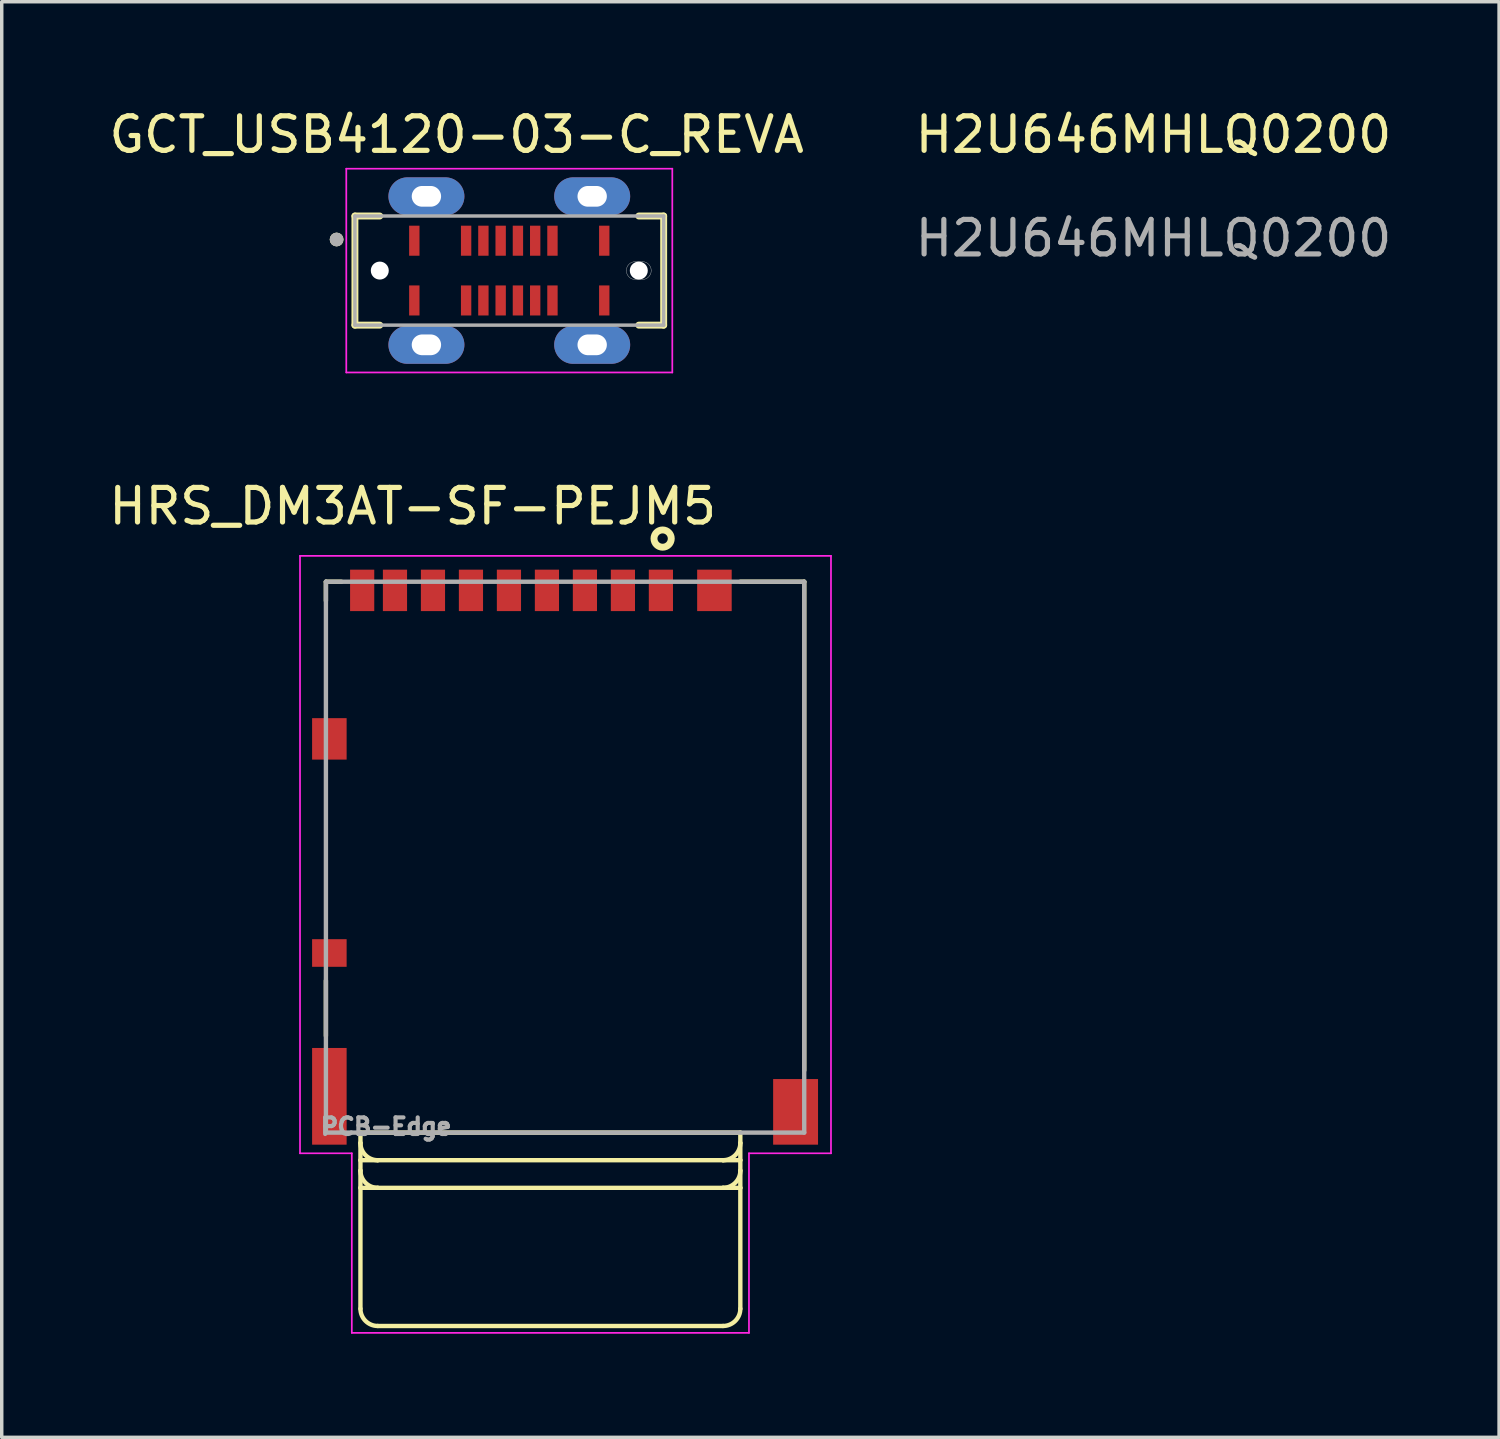
<source format=kicad_pcb>
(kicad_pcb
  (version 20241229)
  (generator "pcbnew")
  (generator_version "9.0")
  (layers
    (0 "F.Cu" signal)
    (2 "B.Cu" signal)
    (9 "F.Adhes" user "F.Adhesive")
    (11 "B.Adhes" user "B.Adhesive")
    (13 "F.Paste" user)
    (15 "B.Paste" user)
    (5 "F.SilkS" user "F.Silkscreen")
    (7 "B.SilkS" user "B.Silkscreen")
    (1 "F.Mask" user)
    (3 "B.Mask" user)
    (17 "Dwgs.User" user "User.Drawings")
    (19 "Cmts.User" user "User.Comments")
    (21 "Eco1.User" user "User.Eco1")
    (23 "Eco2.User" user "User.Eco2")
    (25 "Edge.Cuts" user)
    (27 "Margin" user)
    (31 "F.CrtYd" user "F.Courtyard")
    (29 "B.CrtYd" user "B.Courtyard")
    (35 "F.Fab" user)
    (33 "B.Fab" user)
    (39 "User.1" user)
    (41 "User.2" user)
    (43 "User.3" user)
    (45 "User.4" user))
  (footprint "HRS_DM3AT-SF-PEJM5"
    (layer "F.Cu")
    (at 12.887 14.045)
    (property "Reference" "HRS_DM3AT-SF-PEJM5" (at -3.987 -2.436 0) (layer "F.SilkS") (effects (font (size 1.002 1.002) (thickness 0.15))))
    (attr through_hole)
    (fp_line (start -6.5 -0.25) (end -6.5 0.3) (stroke (width 0.127) (type solid)) (layer "F.SilkS"))
    (fp_line (start -6.5 12.9) (end -6.5 11.3) (stroke (width 0.127) (type solid)) (layer "F.SilkS"))
    (fp_line (start -6.05 -0.25) (end -6.5 -0.25) (stroke (width 0.127) (type solid)) (layer "F.SilkS"))
    (fp_line (start -5.5 15.7) (end -5.5 16) (stroke (width 0.127) (type solid)) (layer "F.SilkS"))
    (fp_line (start -5.5 15.7) (end 5.5 15.7) (stroke (width 0.127) (type solid)) (layer "F.SilkS"))
    (fp_line (start -5.5 16.5) (end -5.5 16) (stroke (width 0.127) (type solid)) (layer "F.SilkS"))
    (fp_line (start -5.5 16.5) (end -5.5 16.8) (stroke (width 0.127) (type solid)) (layer "F.SilkS"))
    (fp_line (start -5.5 17.3) (end -5.5 16.8) (stroke (width 0.127) (type solid)) (layer "F.SilkS"))
    (fp_line (start -5.5 17.3) (end -5.5 20.8) (stroke (width 0.127) (type solid)) (layer "F.SilkS"))
    (fp_line (start -5 16.5) (end -5.5 16.5) (stroke (width 0.127) (type solid)) (layer "F.SilkS"))
    (fp_line (start -5 17.3) (end -5.5 17.3) (stroke (width 0.127) (type solid)) (layer "F.SilkS"))
    (fp_line (start 5 16.5) (end -5 16.5) (stroke (width 0.127) (type solid)) (layer "F.SilkS"))
    (fp_line (start 5 17.3) (end -5 17.3) (stroke (width 0.127) (type solid)) (layer "F.SilkS"))
    (fp_line (start 5 21.3) (end -5 21.3) (stroke (width 0.127) (type solid)) (layer "F.SilkS"))
    (fp_line (start 5.5 -0.25) (end 7.35 -0.25) (stroke (width 0.127) (type solid)) (layer "F.SilkS"))
    (fp_line (start 5.5 15.7) (end 5.5 16) (stroke (width 0.127) (type solid)) (layer "F.SilkS"))
    (fp_line (start 5.5 16) (end 5.5 16.5) (stroke (width 0.127) (type solid)) (layer "F.SilkS"))
    (fp_line (start 5.5 16.5) (end 5 16.5) (stroke (width 0.127) (type solid)) (layer "F.SilkS"))
    (fp_line (start 5.5 16.5) (end 5.5 16.8) (stroke (width 0.127) (type solid)) (layer "F.SilkS"))
    (fp_line (start 5.5 16.8) (end 5.5 17.3) (stroke (width 0.127) (type solid)) (layer "F.SilkS"))
    (fp_line (start 5.5 17.3) (end 5 17.3) (stroke (width 0.127) (type solid)) (layer "F.SilkS"))
    (fp_line (start 5.5 17.3) (end 5.5 20.8) (stroke (width 0.127) (type solid)) (layer "F.SilkS"))
    (fp_line (start 7.35 -0.25) (end 7.35 13.9) (stroke (width 0.127) (type solid)) (layer "F.SilkS"))
    (fp_arc (start -5 16.5) (mid -5.353553 16.353553) (end -5.5 16) (stroke (width 0.127) (type solid)) (layer "F.SilkS"))
    (fp_arc (start -5 17.3) (mid -5.353553 17.153553) (end -5.5 16.8) (stroke (width 0.127) (type solid)) (layer "F.SilkS"))
    (fp_arc (start -5 21.3) (mid -5.353553 21.153553) (end -5.5 20.8) (stroke (width 0.127) (type solid)) (layer "F.SilkS"))
    (fp_arc (start 5.5 16) (mid 5.353553 16.353553) (end 5 16.5) (stroke (width 0.127) (type solid)) (layer "F.SilkS"))
    (fp_arc (start 5.5 16.8) (mid 5.353553 17.153553) (end 5 17.3) (stroke (width 0.127) (type solid)) (layer "F.SilkS"))
    (fp_arc (start 5.5 20.8) (mid 5.353553 21.153553) (end 5 21.3) (stroke (width 0.127) (type solid)) (layer "F.SilkS"))
    (fp_circle (center 3.25 -1.5) (end 3.5 -1.5) (stroke (width 0.2) (type solid)) (fill no) (layer "F.SilkS"))
    (fp_line (start -7.25 -1) (end 8.125 -1) (stroke (width 0.05) (type solid)) (layer "F.CrtYd"))
    (fp_line (start -7.25 16.3) (end -7.25 -1) (stroke (width 0.05) (type solid)) (layer "F.CrtYd"))
    (fp_line (start -5.75 16.3) (end -7.25 16.3) (stroke (width 0.05) (type solid)) (layer "F.CrtYd"))
    (fp_line (start -5.75 21.5) (end -5.75 16.3) (stroke (width 0.05) (type solid)) (layer "F.CrtYd"))
    (fp_line (start 5.75 16.3) (end 5.75 21.5) (stroke (width 0.05) (type solid)) (layer "F.CrtYd"))
    (fp_line (start 5.75 21.5) (end -5.75 21.5) (stroke (width 0.05) (type solid)) (layer "F.CrtYd"))
    (fp_line (start 8.125 -1) (end 8.125 16.3) (stroke (width 0.05) (type solid)) (layer "F.CrtYd"))
    (fp_line (start 8.125 16.3) (end 5.75 16.3) (stroke (width 0.05) (type solid)) (layer "F.CrtYd"))
    (fp_line (start -6.5 -0.25) (end 7.35 -0.25) (stroke (width 0.127) (type solid)) (layer "F.Fab"))
    (fp_line (start -6.5 15.7) (end -6.5 -0.25) (stroke (width 0.127) (type solid)) (layer "F.Fab"))
    (fp_line (start 7.35 -0.25) (end 7.35 15.7) (stroke (width 0.127) (type solid)) (layer "F.Fab"))
    (fp_line (start 7.35 15.7) (end -6.5 15.7) (stroke (width 0.127) (type solid)) (layer "F.Fab"))
    (fp_text user "PCB-Edge" (at -4.758 15.525 0) (layer "F.Fab") (effects (font (size 0.481 0.481) (thickness 0.15))))
    (pad "1" smd rect (at 3.2 0) (size 0.7 1.2) (layers "F.Cu" "F.Mask" "F.Paste"))
    (pad "2" smd rect (at 2.1 0) (size 0.7 1.2) (layers "F.Cu" "F.Mask" "F.Paste"))
    (pad "3" smd rect (at 1 0) (size 0.7 1.2) (layers "F.Cu" "F.Mask" "F.Paste"))
    (pad "4" smd rect (at -0.1 0) (size 0.7 1.2) (layers "F.Cu" "F.Mask" "F.Paste"))
    (pad "5" smd rect (at -1.2 0) (size 0.7 1.2) (layers "F.Cu" "F.Mask" "F.Paste"))
    (pad "6" smd rect (at -2.3 0) (size 0.7 1.2) (layers "F.Cu" "F.Mask" "F.Paste"))
    (pad "7" smd rect (at -3.4 0) (size 0.7 1.2) (layers "F.Cu" "F.Mask" "F.Paste"))
    (pad "8" smd rect (at -4.5 0) (size 0.7 1.2) (layers "F.Cu" "F.Mask" "F.Paste"))
    (pad "P1" smd rect (at -6.4 4.3) (size 1 1.2) (layers "F.Cu" "F.Mask" "F.Paste"))
    (pad "P1" smd rect (at -6.4 14.65) (size 1 2.8) (layers "F.Cu" "F.Mask" "F.Paste"))
    (pad "P1" smd rect (at 4.75 0) (size 1 1.2) (layers "F.Cu" "F.Mask" "F.Paste"))
    (pad "P1" smd rect (at 7.1 15.1) (size 1.3 1.9) (layers "F.Cu" "F.Mask" "F.Paste"))
    (pad "SWA" smd rect (at -6.4 10.5) (size 1 0.8) (layers "F.Cu" "F.Mask" "F.Paste"))
    (pad "SWB" smd rect (at -5.45 0) (size 0.7 1.2) (layers "F.Cu" "F.Mask" "F.Paste"))
    (zone (net_name "") (layer "F.Cu") (hatch full 0.508) (connect_pads) (min_thickness 0.01) (filled_areas_thickness no) (keepout (tracks not_allowed) (vias not_allowed) (pads not_allowed) (copperpour not_allowed) (footprints allowed)) (placement (enabled no)) (fill) (polygon (pts (xy 6.074 14.495) (xy 6.837 14.495) (xy 6.837 17.753) (xy 6.074 17.753))))
    (zone (net_name "") (layer "F.Cu") (hatch full 0.508) (connect_pads) (min_thickness 0.01) (filled_areas_thickness no) (keepout (tracks not_allowed) (vias not_allowed) (pads not_allowed) (copperpour not_allowed) (footprints allowed)) (placement (enabled no)) (fill) (polygon (pts (xy 6.083 18.945) (xy 6.837 18.945) (xy 6.837 22.55) (xy 6.083 22.55))))
    (zone (net_name "") (layer "F.Cu") (hatch full 0.508) (connect_pads) (min_thickness 0.01) (filled_areas_thickness no) (keepout (tracks not_allowed) (vias not_allowed) (pads not_allowed) (copperpour not_allowed) (footprints allowed)) (placement (enabled no)) (fill) (polygon (pts (xy 7.181 20.345) (xy 7.887 20.345) (xy 7.887 27.96) (xy 7.181 27.96))))
    (zone (net_name "") (layer "F.Cu") (hatch full 0.508) (connect_pads) (min_thickness 0.01) (filled_areas_thickness no) (keepout (tracks not_allowed) (vias not_allowed) (pads not_allowed) (copperpour not_allowed) (footprints allowed)) (placement (enabled no)) (fill) (polygon (pts (xy 7.884 19.045) (xy 16.587 19.045) (xy 16.587 20.65) (xy 7.884 20.65))))
    (zone (net_name "") (layer "F.Cu") (hatch full 0.508) (connect_pads) (min_thickness 0.01) (filled_areas_thickness no) (keepout (tracks not_allowed) (vias not_allowed) (pads not_allowed) (copperpour not_allowed) (footprints allowed)) (placement (enabled no)) (fill) (polygon (pts (xy 16.238 28.745) (xy 18.787 28.745) (xy 18.787 30.103) (xy 16.238 30.103)))))
  (footprint "GCT_USB4120-03-C_REVA"
    (layer "F.Cu")
    (at 11.697 4.785)
    (property "Reference" "GCT_USB4120-03-C_REVA" (at -1.524 -3.937 0) (layer "F.SilkS") (effects (font (size 1 1) (thickness 0.15))))
    (attr through_hole)
    (fp_line (start -4.47 -1.58) (end -4.47 1.58) (stroke (width 0.2) (type solid)) (layer "F.SilkS"))
    (fp_line (start -4.47 1.58) (end -3.75 1.58) (stroke (width 0.2) (type solid)) (layer "F.SilkS"))
    (fp_line (start -3.75 -1.58) (end -4.47 -1.58) (stroke (width 0.2) (type solid)) (layer "F.SilkS"))
    (fp_line (start 3.75 -1.58) (end 4.47 -1.58) (stroke (width 0.2) (type solid)) (layer "F.SilkS"))
    (fp_line (start 4.47 -1.58) (end 4.47 1.58) (stroke (width 0.2) (type solid)) (layer "F.SilkS"))
    (fp_line (start 4.47 1.58) (end 3.75 1.58) (stroke (width 0.2) (type solid)) (layer "F.SilkS"))
    (fp_circle (center -5 -0.9) (end -4.9 -0.9) (stroke (width 0.2) (type solid)) (fill no) (layer "F.SilkS"))
    (fp_line (start 3.65 -0.26) (end 3.85 -0.26) (stroke (width 0.01) (type solid)) (layer "Edge.Cuts"))
    (fp_line (start 3.85 0.26) (end 3.65 0.26) (stroke (width 0.01) (type solid)) (layer "Edge.Cuts"))
    (fp_arc (start 3.39 0) (mid 3.466152 -0.183848) (end 3.65 -0.26) (stroke (width 0.01) (type solid)) (layer "Edge.Cuts"))
    (fp_arc (start 3.65 0.26) (mid 3.466152 0.183848) (end 3.39 0) (stroke (width 0.01) (type solid)) (layer "Edge.Cuts"))
    (fp_arc (start 3.85 -0.26) (mid 4.033848 -0.183848) (end 4.11 0) (stroke (width 0.01) (type solid)) (layer "Edge.Cuts"))
    (fp_arc (start 4.11 0) (mid 4.033848 0.183848) (end 3.85 0.26) (stroke (width 0.01) (type solid)) (layer "Edge.Cuts"))
    (fp_line (start -4.72 -2.95) (end 4.72 -2.95) (stroke (width 0.05) (type solid)) (layer "F.CrtYd"))
    (fp_line (start -4.72 2.95) (end -4.72 -2.95) (stroke (width 0.05) (type solid)) (layer "F.CrtYd"))
    (fp_line (start 4.72 -2.95) (end 4.72 2.95) (stroke (width 0.05) (type solid)) (layer "F.CrtYd"))
    (fp_line (start 4.72 2.95) (end -4.72 2.95) (stroke (width 0.05) (type solid)) (layer "F.CrtYd"))
    (fp_line (start -4.47 -1.58) (end 4.47 -1.58) (stroke (width 0.1) (type solid)) (layer "F.Fab"))
    (fp_line (start -4.47 1.58) (end -4.47 -1.58) (stroke (width 0.1) (type solid)) (layer "F.Fab"))
    (fp_line (start 4.47 -1.58) (end 4.47 1.58) (stroke (width 0.1) (type solid)) (layer "F.Fab"))
    (fp_line (start 4.47 1.58) (end -4.47 1.58) (stroke (width 0.1) (type solid)) (layer "F.Fab"))
    (fp_circle (center -5 -0.9) (end -4.9 -0.9) (stroke (width 0.2) (type solid)) (fill no) (layer "F.Fab"))
    (pad "" np_thru_hole circle (at -3.75 0) (size 0.52 0.52) (drill 0.52) (layers "*.Cu" "*.Mask"))
    (pad "" np_thru_hole circle (at 3.75 0) (size 0.52 0.52) (drill 0.52) (layers "*.Cu" "*.Mask"))
    (pad "A1" smd rect (at -2.75 -0.865) (size 0.3 0.87) (layers "F.Cu" "F.Mask" "F.Paste"))
    (pad "A4" smd rect (at -1.25 -0.865) (size 0.3 0.87) (layers "F.Cu" "F.Mask" "F.Paste"))
    (pad "A5" smd rect (at -0.75 -0.865) (size 0.3 0.87) (layers "F.Cu" "F.Mask" "F.Paste"))
    (pad "A6" smd rect (at -0.25 -0.865) (size 0.3 0.87) (layers "F.Cu" "F.Mask" "F.Paste"))
    (pad "A7" smd rect (at 0.25 -0.865) (size 0.3 0.87) (layers "F.Cu" "F.Mask" "F.Paste"))
    (pad "A8" smd rect (at 0.75 -0.865) (size 0.3 0.87) (layers "F.Cu" "F.Mask" "F.Paste"))
    (pad "A9" smd rect (at 1.25 -0.865) (size 0.3 0.87) (layers "F.Cu" "F.Mask" "F.Paste"))
    (pad "A12" smd rect (at 2.75 -0.865) (size 0.3 0.87) (layers "F.Cu" "F.Mask" "F.Paste"))
    (pad "B1" smd rect (at 2.75 0.865) (size 0.3 0.87) (layers "F.Cu" "F.Mask" "F.Paste"))
    (pad "B4" smd rect (at 1.25 0.865) (size 0.3 0.87) (layers "F.Cu" "F.Mask" "F.Paste"))
    (pad "B5" smd rect (at 0.75 0.865) (size 0.3 0.87) (layers "F.Cu" "F.Mask" "F.Paste"))
    (pad "B6" smd rect (at 0.25 0.865) (size 0.3 0.87) (layers "F.Cu" "F.Mask" "F.Paste"))
    (pad "B7" smd rect (at -0.25 0.865) (size 0.3 0.87) (layers "F.Cu" "F.Mask" "F.Paste"))
    (pad "B8" smd rect (at -0.75 0.865) (size 0.3 0.87) (layers "F.Cu" "F.Mask" "F.Paste"))
    (pad "B9" smd rect (at -1.25 0.865) (size 0.3 0.87) (layers "F.Cu" "F.Mask" "F.Paste"))
    (pad "B12" smd rect (at -2.75 0.865) (size 0.3 0.87) (layers "F.Cu" "F.Mask" "F.Paste"))
    (pad "S1" thru_hole oval (at -2.4 -2.15) (size 2.2 1.1) (drill oval 0.85 0.6) (layers "*.Cu" "*.Mask"))
    (pad "S2" thru_hole oval (at 2.4 -2.15) (size 2.2 1.1) (drill oval 0.85 0.6) (layers "*.Cu" "*.Mask"))
    (pad "S3" thru_hole oval (at 2.4 2.15) (size 2.2 1.1) (drill oval 0.85 0.6) (layers "*.Cu" "*.Mask"))
    (pad "S4" thru_hole oval (at -2.4 2.15) (size 2.2 1.1) (drill oval 0.85 0.6) (layers "*.Cu" "*.Mask")))
  (footprint "H2U646MHLQ0200"
    (layer "F.Cu")
    (at 30.351 1.348)
    (property "Reference" "H2U646MHLQ0200" (at 0 -0.5 0) (unlocked yes) (layer "F.SilkS") (effects (font (size 1 1) (thickness 0.15))))
    (attr smd)
    (fp_text user "${REFERENCE}" (at 0 2.5 0) (unlocked yes) (layer "F.Fab") (effects (font (size 1 1) (thickness 0.15)))))
  (gr_rect
    (start -3 -3)
    (end 40.357 38.57)
    (stroke (width 0.1) (type default))
    (fill no)
    (layer "Edge.Cuts")))
</source>
